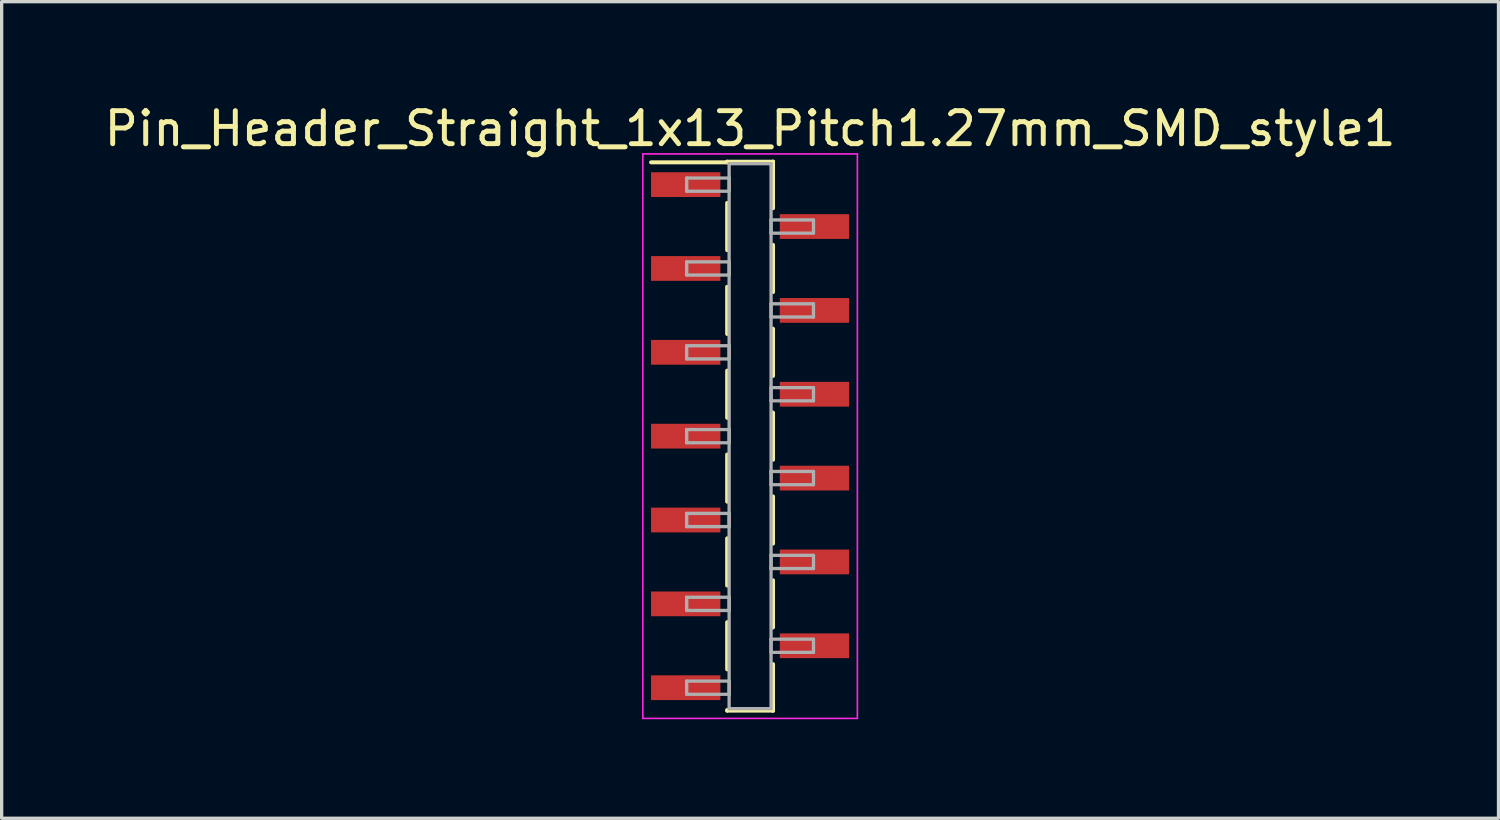
<source format=kicad_pcb>
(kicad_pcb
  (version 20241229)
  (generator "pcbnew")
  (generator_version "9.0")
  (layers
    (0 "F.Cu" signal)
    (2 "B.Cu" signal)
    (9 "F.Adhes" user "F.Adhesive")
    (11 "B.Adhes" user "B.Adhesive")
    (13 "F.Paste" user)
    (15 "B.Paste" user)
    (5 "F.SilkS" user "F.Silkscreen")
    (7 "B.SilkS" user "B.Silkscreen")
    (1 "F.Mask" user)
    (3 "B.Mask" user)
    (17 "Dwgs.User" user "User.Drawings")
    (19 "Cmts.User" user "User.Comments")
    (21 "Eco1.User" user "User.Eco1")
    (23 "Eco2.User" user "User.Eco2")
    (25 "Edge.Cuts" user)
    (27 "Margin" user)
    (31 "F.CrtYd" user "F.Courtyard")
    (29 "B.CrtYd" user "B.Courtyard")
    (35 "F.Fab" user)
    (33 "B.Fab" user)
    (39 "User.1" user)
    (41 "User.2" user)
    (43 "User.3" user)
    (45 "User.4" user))
  (footprint "Pin_Header_Straight_1x13_Pitch1.27mm_SMD_style1"
    (layer "F.Cu")
    (at 19.673 10.163)
    (property "Reference" "Pin_Header_Straight_1x13_Pitch1.27mm_SMD_style1" (at 0 -9.315 0) (layer "F.SilkS") (effects (font (size 1 1) (thickness 0.15))))
    (attr smd)
    (fp_line (start -0.695 -8.315) (end 0.695 -8.315) (stroke (width 0.12) (type solid)) (layer "F.SilkS"))
    (fp_line (start -0.695 -8.295) (end -3 -8.295) (stroke (width 0.12) (type solid)) (layer "F.SilkS"))
    (fp_line (start -0.695 -8.295) (end -0.695 -8.315) (stroke (width 0.12) (type solid)) (layer "F.SilkS"))
    (fp_line (start -0.695 -7.065) (end -0.695 -5.635) (stroke (width 0.12) (type solid)) (layer "F.SilkS"))
    (fp_line (start -0.695 -4.525) (end -0.695 -3.095) (stroke (width 0.12) (type solid)) (layer "F.SilkS"))
    (fp_line (start -0.695 -1.985) (end -0.695 -0.555) (stroke (width 0.12) (type solid)) (layer "F.SilkS"))
    (fp_line (start -0.695 0.555) (end -0.695 1.985) (stroke (width 0.12) (type solid)) (layer "F.SilkS"))
    (fp_line (start -0.695 3.095) (end -0.695 4.525) (stroke (width 0.12) (type solid)) (layer "F.SilkS"))
    (fp_line (start -0.695 5.635) (end -0.695 7.065) (stroke (width 0.12) (type solid)) (layer "F.SilkS"))
    (fp_line (start -0.695 8.295) (end -0.695 8.315) (stroke (width 0.12) (type solid)) (layer "F.SilkS"))
    (fp_line (start -0.695 8.315) (end 0.695 8.315) (stroke (width 0.12) (type solid)) (layer "F.SilkS"))
    (fp_line (start 0.695 -8.315) (end 0.695 -8.295) (stroke (width 0.12) (type solid)) (layer "F.SilkS"))
    (fp_line (start 0.695 -8.315) (end 0.695 -6.905) (stroke (width 0.12) (type solid)) (layer "F.SilkS"))
    (fp_line (start 0.695 -5.795) (end 0.695 -4.365) (stroke (width 0.12) (type solid)) (layer "F.SilkS"))
    (fp_line (start 0.695 -3.255) (end 0.695 -1.825) (stroke (width 0.12) (type solid)) (layer "F.SilkS"))
    (fp_line (start 0.695 -0.715) (end 0.695 0.715) (stroke (width 0.12) (type solid)) (layer "F.SilkS"))
    (fp_line (start 0.695 1.825) (end 0.695 3.255) (stroke (width 0.12) (type solid)) (layer "F.SilkS"))
    (fp_line (start 0.695 4.365) (end 0.695 5.795) (stroke (width 0.12) (type solid)) (layer "F.SilkS"))
    (fp_line (start 0.695 6.905) (end 0.695 8.315) (stroke (width 0.12) (type solid)) (layer "F.SilkS"))
    (fp_line (start 0.695 8.315) (end 0.695 8.295) (stroke (width 0.12) (type solid)) (layer "F.SilkS"))
    (fp_line (start -3.25 -8.55) (end -3.25 8.55) (stroke (width 0.05) (type solid)) (layer "F.CrtYd"))
    (fp_line (start -3.25 8.55) (end 3.25 8.55) (stroke (width 0.05) (type solid)) (layer "F.CrtYd"))
    (fp_line (start 3.25 -8.55) (end -3.25 -8.55) (stroke (width 0.05) (type solid)) (layer "F.CrtYd"))
    (fp_line (start 3.25 8.55) (end 3.25 -8.55) (stroke (width 0.05) (type solid)) (layer "F.CrtYd"))
    (fp_line (start -1.92 -7.82) (end -0.635 -7.82) (stroke (width 0.1) (type solid)) (layer "F.Fab"))
    (fp_line (start -1.92 -7.42) (end -1.92 -7.82) (stroke (width 0.1) (type solid)) (layer "F.Fab"))
    (fp_line (start -1.92 -5.28) (end -0.635 -5.28) (stroke (width 0.1) (type solid)) (layer "F.Fab"))
    (fp_line (start -1.92 -4.88) (end -1.92 -5.28) (stroke (width 0.1) (type solid)) (layer "F.Fab"))
    (fp_line (start -1.92 -2.74) (end -0.635 -2.74) (stroke (width 0.1) (type solid)) (layer "F.Fab"))
    (fp_line (start -1.92 -2.34) (end -1.92 -2.74) (stroke (width 0.1) (type solid)) (layer "F.Fab"))
    (fp_line (start -1.92 -0.2) (end -0.635 -0.2) (stroke (width 0.1) (type solid)) (layer "F.Fab"))
    (fp_line (start -1.92 0.2) (end -1.92 -0.2) (stroke (width 0.1) (type solid)) (layer "F.Fab"))
    (fp_line (start -1.92 2.34) (end -0.635 2.34) (stroke (width 0.1) (type solid)) (layer "F.Fab"))
    (fp_line (start -1.92 2.74) (end -1.92 2.34) (stroke (width 0.1) (type solid)) (layer "F.Fab"))
    (fp_line (start -1.92 4.88) (end -0.635 4.88) (stroke (width 0.1) (type solid)) (layer "F.Fab"))
    (fp_line (start -1.92 5.28) (end -1.92 4.88) (stroke (width 0.1) (type solid)) (layer "F.Fab"))
    (fp_line (start -1.92 7.42) (end -0.635 7.42) (stroke (width 0.1) (type solid)) (layer "F.Fab"))
    (fp_line (start -1.92 7.82) (end -1.92 7.42) (stroke (width 0.1) (type solid)) (layer "F.Fab"))
    (fp_line (start -0.635 -8.255) (end -0.635 8.255) (stroke (width 0.1) (type solid)) (layer "F.Fab"))
    (fp_line (start -0.635 -7.82) (end -0.635 -7.42) (stroke (width 0.1) (type solid)) (layer "F.Fab"))
    (fp_line (start -0.635 -7.42) (end -1.92 -7.42) (stroke (width 0.1) (type solid)) (layer "F.Fab"))
    (fp_line (start -0.635 -5.28) (end -0.635 -4.88) (stroke (width 0.1) (type solid)) (layer "F.Fab"))
    (fp_line (start -0.635 -4.88) (end -1.92 -4.88) (stroke (width 0.1) (type solid)) (layer "F.Fab"))
    (fp_line (start -0.635 -2.74) (end -0.635 -2.34) (stroke (width 0.1) (type solid)) (layer "F.Fab"))
    (fp_line (start -0.635 -2.34) (end -1.92 -2.34) (stroke (width 0.1) (type solid)) (layer "F.Fab"))
    (fp_line (start -0.635 -0.2) (end -0.635 0.2) (stroke (width 0.1) (type solid)) (layer "F.Fab"))
    (fp_line (start -0.635 0.2) (end -1.92 0.2) (stroke (width 0.1) (type solid)) (layer "F.Fab"))
    (fp_line (start -0.635 2.34) (end -0.635 2.74) (stroke (width 0.1) (type solid)) (layer "F.Fab"))
    (fp_line (start -0.635 2.74) (end -1.92 2.74) (stroke (width 0.1) (type solid)) (layer "F.Fab"))
    (fp_line (start -0.635 4.88) (end -0.635 5.28) (stroke (width 0.1) (type solid)) (layer "F.Fab"))
    (fp_line (start -0.635 5.28) (end -1.92 5.28) (stroke (width 0.1) (type solid)) (layer "F.Fab"))
    (fp_line (start -0.635 7.42) (end -0.635 7.82) (stroke (width 0.1) (type solid)) (layer "F.Fab"))
    (fp_line (start -0.635 7.82) (end -1.92 7.82) (stroke (width 0.1) (type solid)) (layer "F.Fab"))
    (fp_line (start -0.635 8.255) (end 0.635 8.255) (stroke (width 0.1) (type solid)) (layer "F.Fab"))
    (fp_line (start 0.635 -8.255) (end -0.635 -8.255) (stroke (width 0.1) (type solid)) (layer "F.Fab"))
    (fp_line (start 0.635 -6.55) (end 0.635 -6.15) (stroke (width 0.1) (type solid)) (layer "F.Fab"))
    (fp_line (start 0.635 -6.15) (end 1.92 -6.15) (stroke (width 0.1) (type solid)) (layer "F.Fab"))
    (fp_line (start 0.635 -4.01) (end 0.635 -3.61) (stroke (width 0.1) (type solid)) (layer "F.Fab"))
    (fp_line (start 0.635 -3.61) (end 1.92 -3.61) (stroke (width 0.1) (type solid)) (layer "F.Fab"))
    (fp_line (start 0.635 -1.47) (end 0.635 -1.07) (stroke (width 0.1) (type solid)) (layer "F.Fab"))
    (fp_line (start 0.635 -1.07) (end 1.92 -1.07) (stroke (width 0.1) (type solid)) (layer "F.Fab"))
    (fp_line (start 0.635 1.07) (end 0.635 1.47) (stroke (width 0.1) (type solid)) (layer "F.Fab"))
    (fp_line (start 0.635 1.47) (end 1.92 1.47) (stroke (width 0.1) (type solid)) (layer "F.Fab"))
    (fp_line (start 0.635 3.61) (end 0.635 4.01) (stroke (width 0.1) (type solid)) (layer "F.Fab"))
    (fp_line (start 0.635 4.01) (end 1.92 4.01) (stroke (width 0.1) (type solid)) (layer "F.Fab"))
    (fp_line (start 0.635 6.15) (end 0.635 6.55) (stroke (width 0.1) (type solid)) (layer "F.Fab"))
    (fp_line (start 0.635 6.55) (end 1.92 6.55) (stroke (width 0.1) (type solid)) (layer "F.Fab"))
    (fp_line (start 0.635 8.255) (end 0.635 -8.255) (stroke (width 0.1) (type solid)) (layer "F.Fab"))
    (fp_line (start 1.92 -6.55) (end 0.635 -6.55) (stroke (width 0.1) (type solid)) (layer "F.Fab"))
    (fp_line (start 1.92 -6.15) (end 1.92 -6.55) (stroke (width 0.1) (type solid)) (layer "F.Fab"))
    (fp_line (start 1.92 -4.01) (end 0.635 -4.01) (stroke (width 0.1) (type solid)) (layer "F.Fab"))
    (fp_line (start 1.92 -3.61) (end 1.92 -4.01) (stroke (width 0.1) (type solid)) (layer "F.Fab"))
    (fp_line (start 1.92 -1.47) (end 0.635 -1.47) (stroke (width 0.1) (type solid)) (layer "F.Fab"))
    (fp_line (start 1.92 -1.07) (end 1.92 -1.47) (stroke (width 0.1) (type solid)) (layer "F.Fab"))
    (fp_line (start 1.92 1.07) (end 0.635 1.07) (stroke (width 0.1) (type solid)) (layer "F.Fab"))
    (fp_line (start 1.92 1.47) (end 1.92 1.07) (stroke (width 0.1) (type solid)) (layer "F.Fab"))
    (fp_line (start 1.92 3.61) (end 0.635 3.61) (stroke (width 0.1) (type solid)) (layer "F.Fab"))
    (fp_line (start 1.92 4.01) (end 1.92 3.61) (stroke (width 0.1) (type solid)) (layer "F.Fab"))
    (fp_line (start 1.92 6.15) (end 0.635 6.15) (stroke (width 0.1) (type solid)) (layer "F.Fab"))
    (fp_line (start 1.92 6.55) (end 1.92 6.15) (stroke (width 0.1) (type solid)) (layer "F.Fab"))
    (pad "1" smd rect (at -1.95 -7.62) (size 2.1 0.75) (layers "F.Cu" "F.Mask"))
    (pad "2" smd rect (at 1.95 -6.35) (size 2.1 0.75) (layers "F.Cu" "F.Mask"))
    (pad "3" smd rect (at -1.95 -5.08) (size 2.1 0.75) (layers "F.Cu" "F.Mask"))
    (pad "4" smd rect (at 1.95 -3.81) (size 2.1 0.75) (layers "F.Cu" "F.Mask"))
    (pad "5" smd rect (at -1.95 -2.54) (size 2.1 0.75) (layers "F.Cu" "F.Mask"))
    (pad "6" smd rect (at 1.95 -1.27) (size 2.1 0.75) (layers "F.Cu" "F.Mask"))
    (pad "7" smd rect (at -1.95 0) (size 2.1 0.75) (layers "F.Cu" "F.Mask"))
    (pad "8" smd rect (at 1.95 1.27) (size 2.1 0.75) (layers "F.Cu" "F.Mask"))
    (pad "9" smd rect (at -1.95 2.54) (size 2.1 0.75) (layers "F.Cu" "F.Mask"))
    (pad "10" smd rect (at 1.95 3.81) (size 2.1 0.75) (layers "F.Cu" "F.Mask"))
    (pad "11" smd rect (at -1.95 5.08) (size 2.1 0.75) (layers "F.Cu" "F.Mask"))
    (pad "12" smd rect (at 1.95 6.35) (size 2.1 0.75) (layers "F.Cu" "F.Mask"))
    (pad "13" smd rect (at -1.95 7.62) (size 2.1 0.75) (layers "F.Cu" "F.Mask")))
  (gr_rect
    (start -3 -3)
    (end 42.345 21.738)
    (stroke (width 0.1) (type default))
    (fill no)
    (layer "Edge.Cuts")))
</source>
